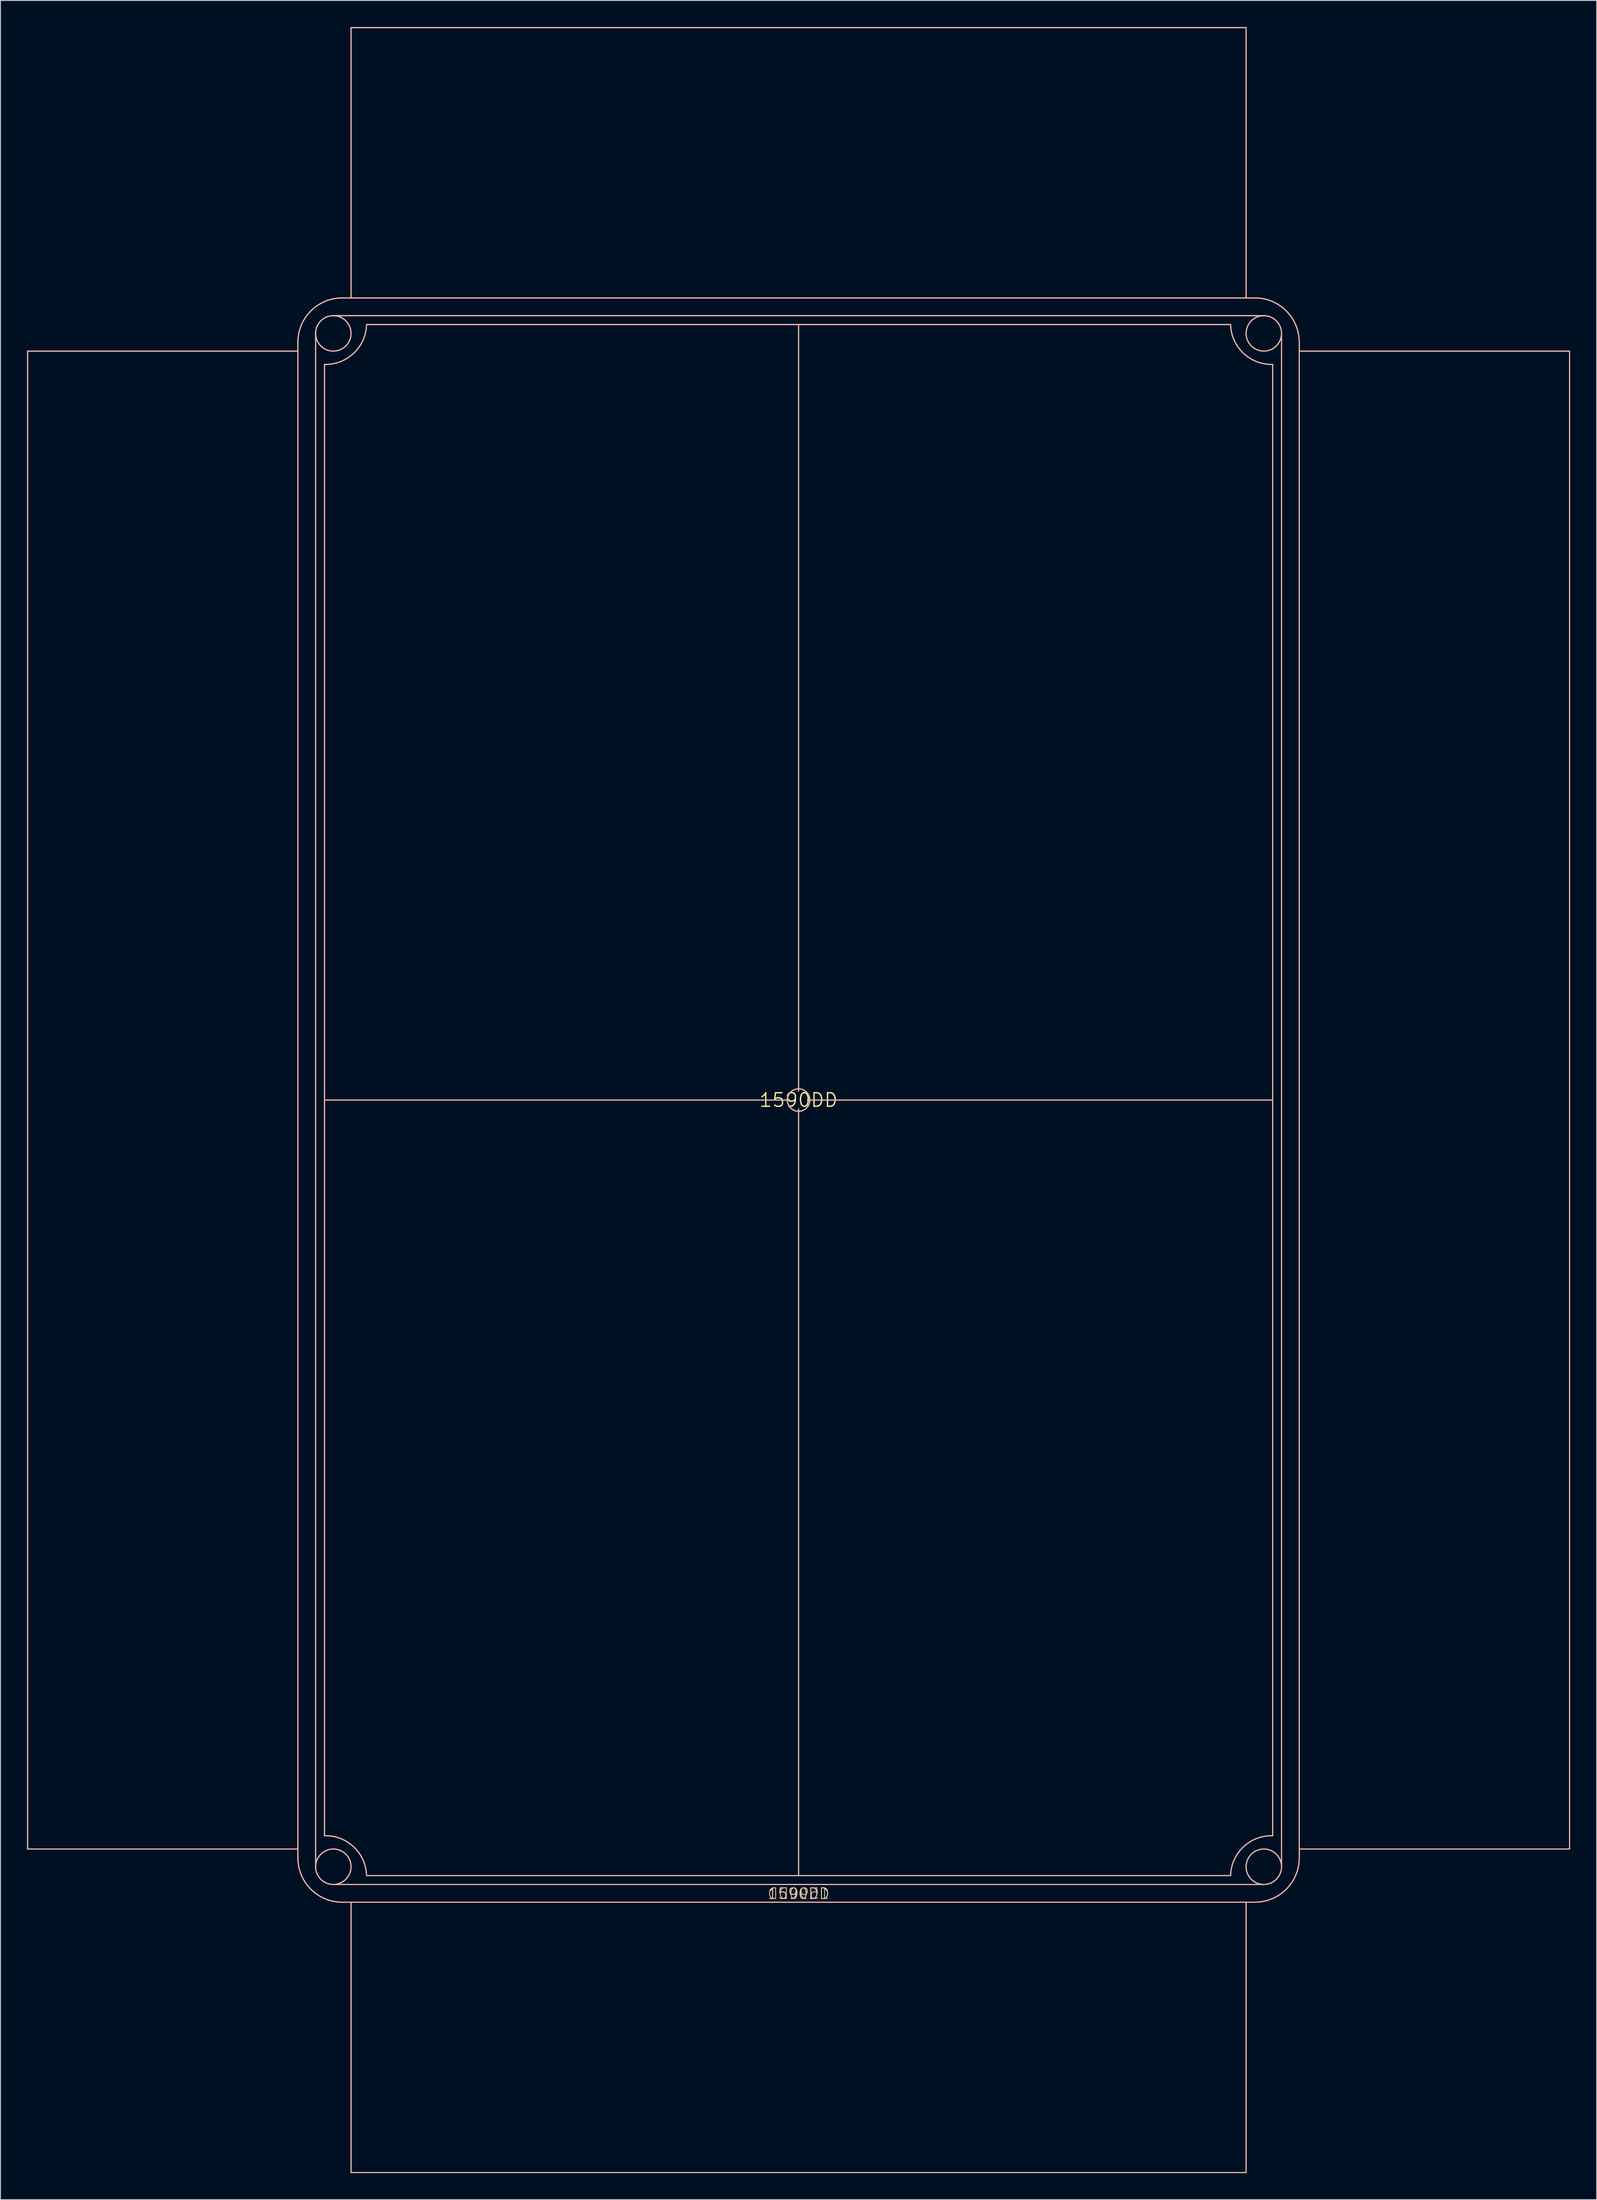
<source format=kicad_pcb>
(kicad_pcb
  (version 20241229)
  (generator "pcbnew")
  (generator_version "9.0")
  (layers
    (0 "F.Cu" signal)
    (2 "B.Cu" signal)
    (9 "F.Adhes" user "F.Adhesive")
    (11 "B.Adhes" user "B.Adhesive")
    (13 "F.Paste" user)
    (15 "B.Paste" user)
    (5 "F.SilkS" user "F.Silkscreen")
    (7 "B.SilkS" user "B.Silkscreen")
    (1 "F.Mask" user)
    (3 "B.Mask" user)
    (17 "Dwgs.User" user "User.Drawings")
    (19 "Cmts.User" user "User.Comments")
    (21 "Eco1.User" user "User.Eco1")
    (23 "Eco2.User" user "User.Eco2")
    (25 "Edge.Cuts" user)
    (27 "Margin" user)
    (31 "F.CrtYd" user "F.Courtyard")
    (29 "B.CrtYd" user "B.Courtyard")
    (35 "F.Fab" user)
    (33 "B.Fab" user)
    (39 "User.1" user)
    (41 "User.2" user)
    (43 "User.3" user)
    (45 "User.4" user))
  (footprint "1590DD"
    (layer "F.Cu")
    (at 87.064 121.064)
    (property "Reference" "1590DD" (at 0 0 0) (layer "F.SilkS") (effects (font (size 1.524 1.524) (thickness 0.15))))
    (attr through_hole)
    (fp_line (start -87 -84.5) (end -56.5 -84.5) (stroke (width 0.127) (type solid)) (layer "F.SilkS"))
    (fp_line (start -87 84.5) (end -87 -84.5) (stroke (width 0.127) (type solid)) (layer "F.SilkS"))
    (fp_line (start -87 84.5) (end -56.5 84.5) (stroke (width 0.127) (type solid)) (layer "F.SilkS"))
    (fp_line (start -56.5 -84.5) (end -56.5 -85.5) (stroke (width 0.127) (type solid)) (layer "F.SilkS"))
    (fp_line (start -56.5 -84.5) (end -56.5 84.5) (stroke (width 0.127) (type solid)) (layer "F.SilkS"))
    (fp_line (start -56.5 84.5) (end -56.5 85.5) (stroke (width 0.127) (type solid)) (layer "F.SilkS"))
    (fp_line (start -54.5 86.5) (end -54.5 -86.5) (stroke (width 0.127) (type solid)) (layer "F.SilkS"))
    (fp_line (start -53.5 -83) (end -53.5 0) (stroke (width 0.127) (type solid)) (layer "F.SilkS"))
    (fp_line (start -53.5 83) (end -53.5 0) (stroke (width 0.127) (type solid)) (layer "F.SilkS"))
    (fp_line (start -52.5 -88.5) (end 52.5 -88.5) (stroke (width 0.127) (type solid)) (layer "F.SilkS"))
    (fp_line (start -51.55 -90.5) (end -51.5 -90.5) (stroke (width 0.127) (type solid)) (layer "F.SilkS"))
    (fp_line (start -51.55 90.5) (end -51.5 90.5) (stroke (width 0.127) (type solid)) (layer "F.SilkS"))
    (fp_line (start -50.5 -90.5) (end -51.5 -90.5) (stroke (width 0.127) (type solid)) (layer "F.SilkS"))
    (fp_line (start -50.5 -90.5) (end -50.5 -121) (stroke (width 0.127) (type solid)) (layer "F.SilkS"))
    (fp_line (start -50.5 -90.5) (end 50.5 -90.5) (stroke (width 0.127) (type solid)) (layer "F.SilkS"))
    (fp_line (start -50.5 90.5) (end -51.5 90.5) (stroke (width 0.127) (type solid)) (layer "F.SilkS"))
    (fp_line (start -50.5 90.5) (end -50.5 121) (stroke (width 0.127) (type solid)) (layer "F.SilkS"))
    (fp_line (start -50.5 121) (end 50.5 121) (stroke (width 0.127) (type solid)) (layer "F.SilkS"))
    (fp_line (start -1 0) (end -53.5 0) (stroke (width 0.127) (type solid)) (layer "F.SilkS"))
    (fp_line (start 0 -87.5) (end -48.75 -87.5) (stroke (width 0.127) (type solid)) (layer "F.SilkS"))
    (fp_line (start 0 -87.5) (end 48.75 -87.5) (stroke (width 0.127) (type solid)) (layer "F.SilkS"))
    (fp_line (start 0 -1) (end 0 -87.5) (stroke (width 0.127) (type solid)) (layer "F.SilkS"))
    (fp_line (start 0 1) (end 0 87.5) (stroke (width 0.127) (type solid)) (layer "F.SilkS"))
    (fp_line (start 0 87.5) (end -48.75 87.5) (stroke (width 0.127) (type solid)) (layer "F.SilkS"))
    (fp_line (start 0 87.5) (end 48.75 87.5) (stroke (width 0.127) (type solid)) (layer "F.SilkS"))
    (fp_line (start 1 0) (end 53.5 0) (stroke (width 0.127) (type solid)) (layer "F.SilkS"))
    (fp_line (start 50.5 -121) (end -50.5 -121) (stroke (width 0.127) (type solid)) (layer "F.SilkS"))
    (fp_line (start 50.5 -90.5) (end 50.5 -121) (stroke (width 0.127) (type solid)) (layer "F.SilkS"))
    (fp_line (start 50.5 -90.5) (end 51.5 -90.5) (stroke (width 0.127) (type solid)) (layer "F.SilkS"))
    (fp_line (start 50.5 90.5) (end -50.5 90.5) (stroke (width 0.127) (type solid)) (layer "F.SilkS"))
    (fp_line (start 50.5 90.5) (end 50.5 121) (stroke (width 0.127) (type solid)) (layer "F.SilkS"))
    (fp_line (start 50.5 90.5) (end 51.5 90.5) (stroke (width 0.127) (type solid)) (layer "F.SilkS"))
    (fp_line (start 51.55 -90.5) (end 51.5 -90.5) (stroke (width 0.127) (type solid)) (layer "F.SilkS"))
    (fp_line (start 51.55 90.5) (end 51.5 90.5) (stroke (width 0.127) (type solid)) (layer "F.SilkS"))
    (fp_line (start 52.5 88.5) (end -52.5 88.5) (stroke (width 0.127) (type solid)) (layer "F.SilkS"))
    (fp_line (start 53.5 -83) (end 53.5 0) (stroke (width 0.127) (type solid)) (layer "F.SilkS"))
    (fp_line (start 53.5 83) (end 53.5 0) (stroke (width 0.127) (type solid)) (layer "F.SilkS"))
    (fp_line (start 54.5 86.5) (end 54.5 -86.5) (stroke (width 0.127) (type solid)) (layer "F.SilkS"))
    (fp_line (start 56.5 -84.5) (end 56.5 -85.5) (stroke (width 0.127) (type solid)) (layer "F.SilkS"))
    (fp_line (start 56.5 -84.5) (end 56.5 84.5) (stroke (width 0.127) (type solid)) (layer "F.SilkS"))
    (fp_line (start 56.5 84.5) (end 56.5 85.5) (stroke (width 0.127) (type solid)) (layer "F.SilkS"))
    (fp_line (start 87 -84.5) (end 56.5 -84.5) (stroke (width 0.127) (type solid)) (layer "F.SilkS"))
    (fp_line (start 87 84.5) (end 56.5 84.5) (stroke (width 0.127) (type solid)) (layer "F.SilkS"))
    (fp_line (start 87 84.5) (end 87 -84.5) (stroke (width 0.127) (type solid)) (layer "F.SilkS"))
    (fp_arc (start -56.5 -85.5) (mid -55.035534 -89.035534) (end -51.5 -90.5) (stroke (width 0.127) (type solid)) (layer "F.SilkS"))
    (fp_arc (start -53.5 83) (mid -50.193019 84.266243) (end -48.75 87.5) (stroke (width 0.127) (type solid)) (layer "F.SilkS"))
    (fp_arc (start -51.5 90.5) (mid -55.035534 89.035534) (end -56.5 85.5) (stroke (width 0.127) (type solid)) (layer "F.SilkS"))
    (fp_arc (start -48.75 -87.5) (mid -50.193019 -84.266243) (end -53.5 -83) (stroke (width 0.127) (type solid)) (layer "F.SilkS"))
    (fp_arc (start 48.75 87.5) (mid 50.193019 84.266243) (end 53.5 83) (stroke (width 0.127) (type solid)) (layer "F.SilkS"))
    (fp_arc (start 51.5 -90.5) (mid 55.035534 -89.035534) (end 56.5 -85.5) (stroke (width 0.127) (type solid)) (layer "F.SilkS"))
    (fp_arc (start 53.5 -83) (mid 50.193019 -84.266243) (end 48.75 -87.5) (stroke (width 0.127) (type solid)) (layer "F.SilkS"))
    (fp_arc (start 56.5 85.5) (mid 55.035534 89.035534) (end 51.5 90.5) (stroke (width 0.127) (type solid)) (layer "F.SilkS"))
    (fp_circle (center -52.5 -86.5) (end -50.5 -86.5) (stroke (width 0.127) (type solid)) (fill no) (layer "F.SilkS"))
    (fp_circle (center -52.5 86.5) (end -50.5 86.5) (stroke (width 0.127) (type solid)) (fill no) (layer "F.SilkS"))
    (fp_circle (center 0 0) (end 1.27 0) (stroke (width 0.127) (type solid)) (fill no) (layer "F.SilkS"))
    (fp_circle (center 52.5 -86.5) (end 54.5 -86.5) (stroke (width 0.127) (type solid)) (fill no) (layer "F.SilkS"))
    (fp_circle (center 52.5 86.5) (end 54.5 86.5) (stroke (width 0.127) (type solid)) (fill no) (layer "F.SilkS"))
    (fp_line (start -87 -84.5) (end -56.5 -84.5) (stroke (width 0.127) (type solid)) (layer "B.SilkS"))
    (fp_line (start -87 84.5) (end -87 -84.5) (stroke (width 0.127) (type solid)) (layer "B.SilkS"))
    (fp_line (start -87 84.5) (end -56.5 84.5) (stroke (width 0.127) (type solid)) (layer "B.SilkS"))
    (fp_line (start -56.5 -84.5) (end -56.5 -85.5) (stroke (width 0.127) (type solid)) (layer "B.SilkS"))
    (fp_line (start -56.5 -84.5) (end -56.5 84.5) (stroke (width 0.127) (type solid)) (layer "B.SilkS"))
    (fp_line (start -56.5 84.5) (end -56.5 85.5) (stroke (width 0.127) (type solid)) (layer "B.SilkS"))
    (fp_line (start -54.5 86.5) (end -54.5 -86.5) (stroke (width 0.127) (type solid)) (layer "B.SilkS"))
    (fp_line (start -53.5 -83) (end -53.5 0) (stroke (width 0.127) (type solid)) (layer "B.SilkS"))
    (fp_line (start -53.5 83) (end -53.5 0) (stroke (width 0.127) (type solid)) (layer "B.SilkS"))
    (fp_line (start -52.5 88.5) (end 52.5 88.5) (stroke (width 0.127) (type solid)) (layer "B.SilkS"))
    (fp_line (start -51.55 -90.5) (end -51.5 -90.5) (stroke (width 0.127) (type solid)) (layer "B.SilkS"))
    (fp_line (start -51.55 90.5) (end -51.5 90.5) (stroke (width 0.127) (type solid)) (layer "B.SilkS"))
    (fp_line (start -50.5 -121) (end 50.5 -121) (stroke (width 0.127) (type solid)) (layer "B.SilkS"))
    (fp_line (start -50.5 -90.5) (end -51.5 -90.5) (stroke (width 0.127) (type solid)) (layer "B.SilkS"))
    (fp_line (start -50.5 -90.5) (end -50.5 -121) (stroke (width 0.127) (type solid)) (layer "B.SilkS"))
    (fp_line (start -50.5 90.5) (end -51.5 90.5) (stroke (width 0.127) (type solid)) (layer "B.SilkS"))
    (fp_line (start -50.5 90.5) (end -50.5 121) (stroke (width 0.127) (type solid)) (layer "B.SilkS"))
    (fp_line (start -50.5 90.5) (end 50.5 90.5) (stroke (width 0.127) (type solid)) (layer "B.SilkS"))
    (fp_line (start -1 0) (end -53.5 0) (stroke (width 0.127) (type solid)) (layer "B.SilkS"))
    (fp_line (start 0 -87.5) (end -48.75 -87.5) (stroke (width 0.127) (type solid)) (layer "B.SilkS"))
    (fp_line (start 0 -87.5) (end 48.75 -87.5) (stroke (width 0.127) (type solid)) (layer "B.SilkS"))
    (fp_line (start 0 -1) (end 0 -87.5) (stroke (width 0.127) (type solid)) (layer "B.SilkS"))
    (fp_line (start 0 1) (end 0 87.5) (stroke (width 0.127) (type solid)) (layer "B.SilkS"))
    (fp_line (start 0 87.5) (end -48.75 87.5) (stroke (width 0.127) (type solid)) (layer "B.SilkS"))
    (fp_line (start 0 87.5) (end 48.75 87.5) (stroke (width 0.127) (type solid)) (layer "B.SilkS"))
    (fp_line (start 1 0) (end 53.5 0) (stroke (width 0.127) (type solid)) (layer "B.SilkS"))
    (fp_line (start 50.5 -90.5) (end -50.5 -90.5) (stroke (width 0.127) (type solid)) (layer "B.SilkS"))
    (fp_line (start 50.5 -90.5) (end 50.5 -121) (stroke (width 0.127) (type solid)) (layer "B.SilkS"))
    (fp_line (start 50.5 -90.5) (end 51.5 -90.5) (stroke (width 0.127) (type solid)) (layer "B.SilkS"))
    (fp_line (start 50.5 90.5) (end 50.5 121) (stroke (width 0.127) (type solid)) (layer "B.SilkS"))
    (fp_line (start 50.5 90.5) (end 51.5 90.5) (stroke (width 0.127) (type solid)) (layer "B.SilkS"))
    (fp_line (start 50.5 121) (end -50.5 121) (stroke (width 0.127) (type solid)) (layer "B.SilkS"))
    (fp_line (start 51.55 -90.5) (end 51.5 -90.5) (stroke (width 0.127) (type solid)) (layer "B.SilkS"))
    (fp_line (start 51.55 90.5) (end 51.5 90.5) (stroke (width 0.127) (type solid)) (layer "B.SilkS"))
    (fp_line (start 52.5 -88.5) (end -52.5 -88.5) (stroke (width 0.127) (type solid)) (layer "B.SilkS"))
    (fp_line (start 53.5 -83) (end 53.5 0) (stroke (width 0.127) (type solid)) (layer "B.SilkS"))
    (fp_line (start 53.5 83) (end 53.5 0) (stroke (width 0.127) (type solid)) (layer "B.SilkS"))
    (fp_line (start 54.5 86.5) (end 54.5 -86.5) (stroke (width 0.127) (type solid)) (layer "B.SilkS"))
    (fp_line (start 56.5 -84.5) (end 56.5 -85.5) (stroke (width 0.127) (type solid)) (layer "B.SilkS"))
    (fp_line (start 56.5 -84.5) (end 56.5 84.5) (stroke (width 0.127) (type solid)) (layer "B.SilkS"))
    (fp_line (start 56.5 84.5) (end 56.5 85.5) (stroke (width 0.127) (type solid)) (layer "B.SilkS"))
    (fp_line (start 87 -84.5) (end 56.5 -84.5) (stroke (width 0.127) (type solid)) (layer "B.SilkS"))
    (fp_line (start 87 84.5) (end 56.5 84.5) (stroke (width 0.127) (type solid)) (layer "B.SilkS"))
    (fp_line (start 87 84.5) (end 87 -84.5) (stroke (width 0.127) (type solid)) (layer "B.SilkS"))
    (fp_arc (start -56.5 -85.5) (mid -55.035534 -89.035534) (end -51.5 -90.5) (stroke (width 0.127) (type solid)) (layer "B.SilkS"))
    (fp_arc (start -53.5 83) (mid -50.193019 84.266243) (end -48.75 87.5) (stroke (width 0.127) (type solid)) (layer "B.SilkS"))
    (fp_arc (start -51.5 90.5) (mid -55.035534 89.035534) (end -56.5 85.5) (stroke (width 0.127) (type solid)) (layer "B.SilkS"))
    (fp_arc (start -48.75 -87.5) (mid -50.193019 -84.266243) (end -53.5 -83) (stroke (width 0.127) (type solid)) (layer "B.SilkS"))
    (fp_arc (start 48.75 87.5) (mid 50.193019 84.266243) (end 53.5 83) (stroke (width 0.127) (type solid)) (layer "B.SilkS"))
    (fp_arc (start 51.5 -90.5) (mid 55.035534 -89.035534) (end 56.5 -85.5) (stroke (width 0.127) (type solid)) (layer "B.SilkS"))
    (fp_arc (start 53.5 -83) (mid 50.193019 -84.266243) (end 48.75 -87.5) (stroke (width 0.127) (type solid)) (layer "B.SilkS"))
    (fp_arc (start 56.5 85.5) (mid 55.035534 89.035534) (end 51.5 90.5) (stroke (width 0.127) (type solid)) (layer "B.SilkS"))
    (fp_circle (center -52.5 -86.5) (end -50.5 -86.5) (stroke (width 0.127) (type solid)) (fill no) (layer "B.SilkS"))
    (fp_circle (center -52.5 86.5) (end -50.5 86.5) (stroke (width 0.127) (type solid)) (fill no) (layer "B.SilkS"))
    (fp_circle (center 0 0) (end 1.27 0) (stroke (width 0.127) (type solid)) (fill no) (layer "B.SilkS"))
    (fp_circle (center 52.5 -86.5) (end 54.5 -86.5) (stroke (width 0.127) (type solid)) (fill no) (layer "B.SilkS"))
    (fp_circle (center 52.5 86.5) (end 54.5 86.5) (stroke (width 0.127) (type solid)) (fill no) (layer "B.SilkS"))
    (fp_text user "1590DD" (at 0 89.535 0) (layer "F.SilkS") (effects (font (size 1.206 1.206) (thickness 0.102))))
    (fp_text user "1590DD" (at 0 89.535 0) (layer "B.SilkS") (effects (font (size 1.206 1.206) (thickness 0.102)) (justify mirror))))
  (gr_rect
    (start -3 -3)
    (end 177.127 245.127)
    (stroke (width 0.1) (type default))
    (fill no)
    (layer "Edge.Cuts")))
</source>
